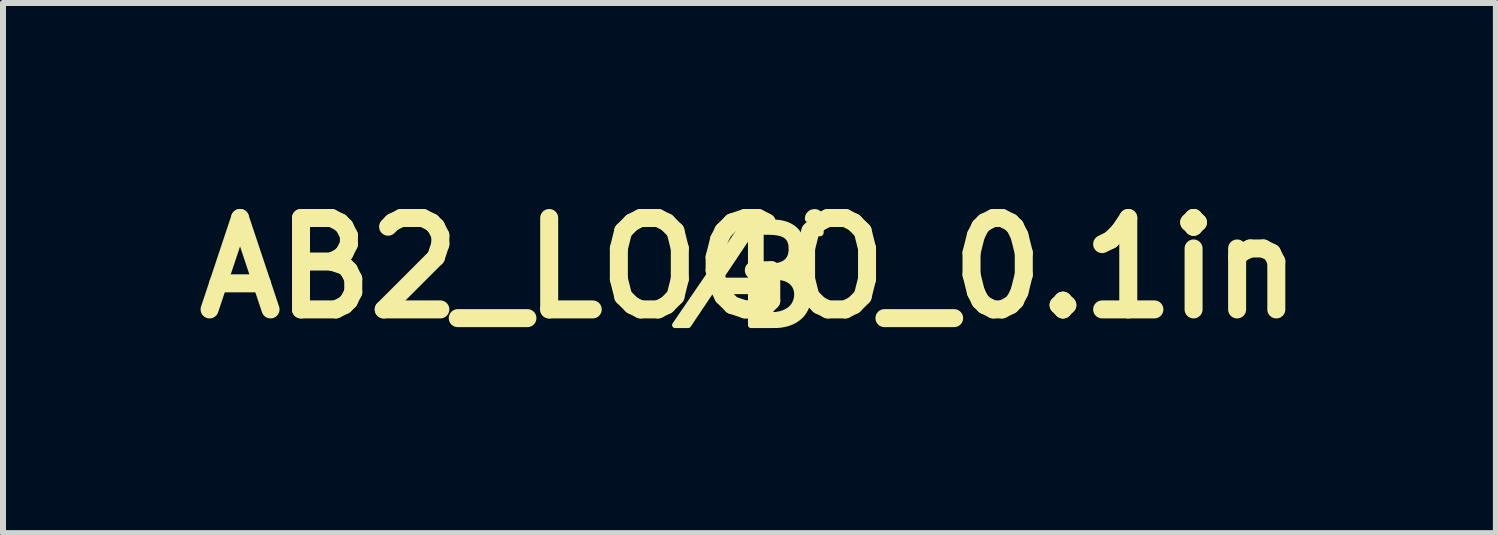
<source format=kicad_pcb>
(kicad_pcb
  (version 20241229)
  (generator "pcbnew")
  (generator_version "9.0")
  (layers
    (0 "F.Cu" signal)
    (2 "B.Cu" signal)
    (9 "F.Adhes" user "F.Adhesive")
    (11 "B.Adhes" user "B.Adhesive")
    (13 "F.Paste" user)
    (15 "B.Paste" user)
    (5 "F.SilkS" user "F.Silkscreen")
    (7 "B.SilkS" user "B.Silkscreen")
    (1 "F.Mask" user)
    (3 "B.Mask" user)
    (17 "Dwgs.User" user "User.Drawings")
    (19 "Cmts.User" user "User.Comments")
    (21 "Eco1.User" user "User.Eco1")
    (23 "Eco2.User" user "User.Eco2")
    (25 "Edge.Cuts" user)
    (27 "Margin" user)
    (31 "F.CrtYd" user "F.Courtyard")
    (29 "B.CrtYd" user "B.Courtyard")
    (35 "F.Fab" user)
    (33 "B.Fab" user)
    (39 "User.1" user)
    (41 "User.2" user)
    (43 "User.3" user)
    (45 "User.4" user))
  (footprint "AB2_LOGO_0.1in"
    (layer "F.Cu")
    (at 9.442 1.418)
    (property "Reference" "AB2_LOGO_0.1in" (at 0 0 0) (layer "F.SilkS") (effects (font (size 1.524 1.524) (thickness 0.3))))
    (attr through_hole)
    (fp_poly (pts (xy 1.193 -0.825) (xy 1.193 -0.815) (xy 1.192 -0.806) (xy 1.19 -0.798) (xy 1.188 -0.789) (xy 1.187 -0.787) (xy 1.186 -0.784) (xy 1.185 -0.782) (xy 1.184 -0.78) (xy 1.184 -0.778) (xy 1.183 -0.776) (xy 1.181 -0.774) (xy 1.18 -0.771) (xy 1.178 -0.768) (xy 1.176 -0.765) (xy 1.173 -0.761) (xy 1.17 -0.757) (xy 1.166 -0.752) (xy 1.162 -0.746) (xy 1.157 -0.74) (xy 1.152 -0.732) (xy 1.145 -0.724) (xy 1.138 -0.714) (xy 1.13 -0.704) (xy 1.121 -0.692) (xy 1.116 -0.685) (xy 1.11 -0.678) (xy 1.105 -0.671) (xy 1.1 -0.665) (xy 1.096 -0.659) (xy 1.092 -0.654) (xy 1.089 -0.649) (xy 1.086 -0.646) (xy 1.085 -0.644) (xy 1.084 -0.643) (xy 1.084 -0.643) (xy 1.085 -0.643) (xy 1.087 -0.643) (xy 1.091 -0.643) (xy 1.096 -0.643) (xy 1.102 -0.643) (xy 1.109 -0.643) (xy 1.117 -0.642) (xy 1.126 -0.642) (xy 1.132 -0.642) (xy 1.18 -0.642) (xy 1.183 -0.638) (xy 1.186 -0.635) (xy 1.186 -0.611) (xy 1.186 -0.587) (xy 1.183 -0.583) (xy 1.179 -0.58) (xy 1.068 -0.58) (xy 0.957 -0.58) (xy 0.96 -0.584) (xy 0.962 -0.586) (xy 0.965 -0.59) (xy 0.968 -0.594) (xy 0.972 -0.6) (xy 0.977 -0.607) (xy 0.983 -0.614) (xy 0.989 -0.622) (xy 0.996 -0.631) (xy 1.003 -0.64) (xy 1.01 -0.649) (xy 1.017 -0.659) (xy 1.024 -0.668) (xy 1.031 -0.678) (xy 1.039 -0.687) (xy 1.046 -0.697) (xy 1.052 -0.705) (xy 1.062 -0.718) (xy 1.072 -0.731) (xy 1.08 -0.742) (xy 1.088 -0.751) (xy 1.094 -0.76) (xy 1.1 -0.768) (xy 1.105 -0.775) (xy 1.11 -0.781) (xy 1.114 -0.786) (xy 1.117 -0.791) (xy 1.12 -0.795) (xy 1.122 -0.798) (xy 1.124 -0.801) (xy 1.126 -0.804) (xy 1.127 -0.806) (xy 1.128 -0.808) (xy 1.129 -0.809) (xy 1.129 -0.811) (xy 1.13 -0.812) (xy 1.13 -0.813) (xy 1.13 -0.815) (xy 1.13 -0.816) (xy 1.131 -0.825) (xy 1.13 -0.833) (xy 1.128 -0.841) (xy 1.124 -0.848) (xy 1.119 -0.855) (xy 1.113 -0.861) (xy 1.106 -0.865) (xy 1.105 -0.865) (xy 1.099 -0.868) (xy 1.093 -0.87) (xy 1.086 -0.87) (xy 1.083 -0.87) (xy 1.075 -0.87) (xy 1.067 -0.867) (xy 1.059 -0.864) (xy 1.052 -0.858) (xy 1.05 -0.856) (xy 1.046 -0.852) (xy 1.042 -0.846) (xy 1.039 -0.841) (xy 1.037 -0.836) (xy 1.037 -0.832) (xy 1.036 -0.829) (xy 1.036 -0.826) (xy 1.035 -0.824) (xy 1.034 -0.822) (xy 1.033 -0.821) (xy 1.03 -0.817) (xy 1.002 -0.818) (xy 0.973 -0.818) (xy 0.974 -0.829) (xy 0.975 -0.843) (xy 0.978 -0.856) (xy 0.982 -0.868) (xy 0.986 -0.875) (xy 0.992 -0.885) (xy 1 -0.895) (xy 1.009 -0.904) (xy 1.019 -0.912) (xy 1.03 -0.919) (xy 1.041 -0.925) (xy 1.048 -0.927) (xy 1.061 -0.93) (xy 1.074 -0.932) (xy 1.087 -0.933) (xy 1.1 -0.932) (xy 1.112 -0.93) (xy 1.118 -0.928) (xy 1.129 -0.923) (xy 1.141 -0.917) (xy 1.151 -0.91) (xy 1.161 -0.901) (xy 1.17 -0.891) (xy 1.177 -0.881) (xy 1.183 -0.87) (xy 1.188 -0.859) (xy 1.19 -0.852) (xy 1.191 -0.846) (xy 1.192 -0.84) (xy 1.193 -0.834) (xy 1.193 -0.827) (xy 1.193 -0.825)) (stroke (width 0.1) (type solid)) (fill yes) (layer "F.SilkS"))
    (fp_poly (pts (xy 0.977 0.483) (xy 0.976 0.511) (xy 0.974 0.527) (xy 0.97 0.555) (xy 0.965 0.582) (xy 0.958 0.609) (xy 0.949 0.635) (xy 0.939 0.66) (xy 0.928 0.685) (xy 0.915 0.708) (xy 0.901 0.731) (xy 0.885 0.753) (xy 0.879 0.76) (xy 0.862 0.781) (xy 0.843 0.8) (xy 0.822 0.819) (xy 0.801 0.836) (xy 0.795 0.84) (xy 0.795 0.434) (xy 0.795 0.425) (xy 0.794 0.417) (xy 0.794 0.41) (xy 0.794 0.403) (xy 0.793 0.398) (xy 0.793 0.397) (xy 0.789 0.375) (xy 0.783 0.354) (xy 0.776 0.334) (xy 0.768 0.314) (xy 0.758 0.296) (xy 0.747 0.278) (xy 0.734 0.262) (xy 0.72 0.246) (xy 0.718 0.243) (xy 0.706 0.232) (xy 0.694 0.222) (xy 0.682 0.213) (xy 0.67 0.205) (xy 0.656 0.197) (xy 0.641 0.189) (xy 0.64 0.188) (xy 0.62 0.179) (xy 0.6 0.171) (xy 0.578 0.164) (xy 0.556 0.159) (xy 0.533 0.154) (xy 0.511 0.15) (xy 0.501 0.149) (xy 0.491 0.148) (xy 0.48 0.147) (xy 0.469 0.146) (xy 0.458 0.145) (xy 0.446 0.145) (xy 0.432 0.144) (xy 0.418 0.144) (xy 0.402 0.144) (xy 0.392 0.144) (xy 0.383 0.144) (xy 0.372 0.144) (xy 0.36 0.144) (xy 0.347 0.144) (xy 0.333 0.144) (xy 0.318 0.143) (xy 0.304 0.143) (xy 0.288 0.143) (xy 0.274 0.143) (xy 0.259 0.143) (xy 0.245 0.142) (xy 0.231 0.142) (xy 0.219 0.142) (xy 0.212 0.142) (xy 0.187 0.141) (xy 0.187 0.462) (xy 0.187 0.783) (xy 0.308 0.783) (xy 0.327 0.783) (xy 0.344 0.783) (xy 0.359 0.783) (xy 0.374 0.783) (xy 0.386 0.783) (xy 0.397 0.782) (xy 0.407 0.782) (xy 0.415 0.782) (xy 0.422 0.782) (xy 0.427 0.782) (xy 0.432 0.782) (xy 0.435 0.782) (xy 0.436 0.782) (xy 0.46 0.778) (xy 0.483 0.774) (xy 0.505 0.77) (xy 0.526 0.765) (xy 0.545 0.759) (xy 0.565 0.752) (xy 0.584 0.745) (xy 0.602 0.737) (xy 0.607 0.734) (xy 0.63 0.723) (xy 0.65 0.71) (xy 0.67 0.697) (xy 0.688 0.682) (xy 0.705 0.666) (xy 0.72 0.65) (xy 0.734 0.632) (xy 0.743 0.619) (xy 0.754 0.601) (xy 0.764 0.582) (xy 0.772 0.562) (xy 0.779 0.542) (xy 0.785 0.52) (xy 0.79 0.498) (xy 0.793 0.474) (xy 0.793 0.473) (xy 0.794 0.467) (xy 0.794 0.46) (xy 0.794 0.452) (xy 0.795 0.443) (xy 0.795 0.434) (xy 0.795 0.84) (xy 0.778 0.852) (xy 0.755 0.867) (xy 0.73 0.881) (xy 0.704 0.893) (xy 0.677 0.904) (xy 0.649 0.915) (xy 0.62 0.923) (xy 0.589 0.931) (xy 0.558 0.937) (xy 0.526 0.943) (xy 0.511 0.944) (xy 0.507 0.945) (xy 0.503 0.945) (xy 0.499 0.946) (xy 0.496 0.946) (xy 0.493 0.947) (xy 0.489 0.947) (xy 0.486 0.947) (xy 0.483 0.948) (xy 0.479 0.948) (xy 0.475 0.948) (xy 0.471 0.948) (xy 0.467 0.948) (xy 0.462 0.949) (xy 0.457 0.949) (xy 0.451 0.949) (xy 0.444 0.949) (xy 0.437 0.949) (xy 0.429 0.949) (xy 0.42 0.949) (xy 0.41 0.949) (xy 0.4 0.949) (xy 0.388 0.949) (xy 0.375 0.95) (xy 0.361 0.95) (xy 0.345 0.95) (xy 0.329 0.95) (xy 0.31 0.95) (xy 0.291 0.95) (xy 0.27 0.95) (xy 0.247 0.95) (xy 0.244 0.95) (xy 0.025 0.95) (xy 0.025 0.667) (xy 0.025 0.384) (xy 0.025 0.21) (xy 0.025 -0.197) (xy 0.025 -0.224) (xy 0.025 -0.251) (xy 0.025 -0.277) (xy 0.025 -0.302) (xy 0.025 -0.327) (xy 0.025 -0.351) (xy 0.025 -0.374) (xy 0.025 -0.396) (xy 0.025 -0.418) (xy 0.025 -0.438) (xy 0.025 -0.458) (xy 0.025 -0.477) (xy 0.025 -0.494) (xy 0.025 -0.51) (xy 0.025 -0.526) (xy 0.025 -0.54) (xy 0.025 -0.552) (xy 0.025 -0.564) (xy 0.025 -0.574) (xy 0.025 -0.583) (xy 0.025 -0.59) (xy 0.025 -0.595) (xy 0.025 -0.6) (xy 0.025 -0.602) (xy 0.025 -0.603) (xy 0.025 -0.603) (xy 0.024 -0.602) (xy 0.023 -0.6) (xy 0.02 -0.597) (xy 0.017 -0.592) (xy 0.013 -0.586) (xy 0.009 -0.579) (xy 0.003 -0.571) (xy -0.003 -0.562) (xy -0.009 -0.552) (xy -0.017 -0.542) (xy -0.025 -0.53) (xy -0.033 -0.517) (xy -0.042 -0.504) (xy -0.051 -0.49) (xy -0.061 -0.476) (xy -0.071 -0.461) (xy -0.081 -0.445) (xy -0.092 -0.429) (xy -0.103 -0.413) (xy -0.108 -0.406) (xy -0.12 -0.387) (xy -0.134 -0.366) (xy -0.148 -0.345) (xy -0.163 -0.323) (xy -0.179 -0.299) (xy -0.195 -0.276) (xy -0.211 -0.251) (xy -0.227 -0.227) (xy -0.244 -0.202) (xy -0.26 -0.177) (xy -0.277 -0.152) (xy -0.293 -0.128) (xy -0.309 -0.104) (xy -0.325 -0.081) (xy -0.34 -0.058) (xy -0.355 -0.036) (xy -0.369 -0.015) (xy -0.378 -0.002) (xy -0.389 0.015) (xy -0.4 0.032) (xy -0.411 0.048) (xy -0.422 0.064) (xy -0.432 0.079) (xy -0.442 0.094) (xy -0.451 0.108) (xy -0.46 0.121) (xy -0.468 0.134) (xy -0.476 0.146) (xy -0.484 0.157) (xy -0.49 0.167) (xy -0.496 0.176) (xy -0.502 0.184) (xy -0.507 0.191) (xy -0.51 0.197) (xy -0.514 0.201) (xy -0.516 0.205) (xy -0.517 0.207) (xy -0.518 0.208) (xy -0.519 0.21) (xy -0.247 0.21) (xy 0.025 0.21) (xy 0.025 0.384) (xy -0.309 0.384) (xy -0.642 0.384) (xy -0.755 0.552) (xy -0.766 0.569) (xy -0.778 0.587) (xy -0.791 0.605) (xy -0.803 0.624) (xy -0.816 0.642) (xy -0.829 0.661) (xy -0.841 0.68) (xy -0.854 0.699) (xy -0.866 0.718) (xy -0.879 0.736) (xy -0.89 0.754) (xy -0.902 0.77) (xy -0.913 0.787) (xy -0.923 0.802) (xy -0.932 0.816) (xy -0.941 0.829) (xy -0.945 0.835) (xy -1.022 0.95) (xy -1.131 0.95) (xy -1.24 0.95) (xy -1.238 0.948) (xy -1.238 0.947) (xy -1.236 0.945) (xy -1.234 0.941) (xy -1.23 0.936) (xy -1.226 0.93) (xy -1.221 0.923) (xy -1.215 0.914) (xy -1.209 0.905) (xy -1.201 0.894) (xy -1.193 0.882) (xy -1.184 0.869) (xy -1.175 0.855) (xy -1.164 0.84) (xy -1.154 0.824) (xy -1.142 0.807) (xy -1.13 0.789) (xy -1.117 0.77) (xy -1.104 0.751) (xy -1.09 0.73) (xy -1.075 0.709) (xy -1.06 0.687) (xy -1.045 0.665) (xy -1.029 0.642) (xy -1.013 0.618) (xy -0.996 0.593) (xy -0.979 0.568) (xy -0.961 0.543) (xy -0.944 0.517) (xy -0.926 0.49) (xy -0.907 0.463) (xy -0.888 0.436) (xy -0.869 0.408) (xy -0.85 0.38) (xy -0.831 0.352) (xy -0.811 0.323) (xy -0.791 0.294) (xy -0.771 0.265) (xy -0.751 0.236) (xy -0.731 0.206) (xy -0.711 0.177) (xy -0.691 0.147) (xy -0.671 0.117) (xy -0.65 0.088) (xy -0.63 0.058) (xy -0.61 0.028) (xy -0.59 -0.001) (xy -0.57 -0.031) (xy -0.55 -0.06) (xy -0.53 -0.089) (xy -0.51 -0.118) (xy -0.49 -0.146) (xy -0.471 -0.174) (xy -0.452 -0.202) (xy -0.433 -0.23) (xy -0.415 -0.257) (xy -0.396 -0.284) (xy -0.378 -0.31) (xy -0.361 -0.336) (xy -0.343 -0.361) (xy -0.326 -0.386) (xy -0.31 -0.41) (xy -0.294 -0.434) (xy -0.278 -0.457) (xy -0.263 -0.479) (xy -0.248 -0.5) (xy -0.234 -0.521) (xy -0.22 -0.541) (xy -0.207 -0.56) (xy -0.195 -0.578) (xy -0.183 -0.596) (xy -0.172 -0.612) (xy -0.161 -0.628) (xy -0.151 -0.642) (xy -0.142 -0.656) (xy -0.133 -0.668) (xy -0.133 -0.669) (xy -0.073 -0.756) (xy 0.19 -0.756) (xy 0.215 -0.756) (xy 0.238 -0.756) (xy 0.26 -0.756) (xy 0.281 -0.756) (xy 0.3 -0.756) (xy 0.317 -0.756) (xy 0.333 -0.756) (xy 0.348 -0.756) (xy 0.362 -0.756) (xy 0.374 -0.756) (xy 0.386 -0.756) (xy 0.396 -0.756) (xy 0.406 -0.756) (xy 0.414 -0.756) (xy 0.422 -0.756) (xy 0.428 -0.756) (xy 0.434 -0.756) (xy 0.44 -0.756) (xy 0.444 -0.756) (xy 0.448 -0.756) (xy 0.452 -0.756) (xy 0.455 -0.756) (xy 0.458 -0.756) (xy 0.46 -0.756) (xy 0.462 -0.755) (xy 0.464 -0.755) (xy 0.466 -0.755) (xy 0.467 -0.755) (xy 0.468 -0.755) (xy 0.498 -0.751) (xy 0.528 -0.746) (xy 0.556 -0.74) (xy 0.583 -0.733) (xy 0.61 -0.725) (xy 0.635 -0.715) (xy 0.659 -0.704) (xy 0.682 -0.692) (xy 0.703 -0.679) (xy 0.724 -0.665) (xy 0.743 -0.65) (xy 0.761 -0.633) (xy 0.778 -0.616) (xy 0.793 -0.597) (xy 0.808 -0.578) (xy 0.82 -0.557) (xy 0.823 -0.552) (xy 0.834 -0.531) (xy 0.844 -0.509) (xy 0.852 -0.486) (xy 0.859 -0.462) (xy 0.865 -0.437) (xy 0.87 -0.411) (xy 0.873 -0.384) (xy 0.875 -0.362) (xy 0.877 -0.339) (xy 0.878 -0.317) (xy 0.878 -0.297) (xy 0.877 -0.277) (xy 0.876 -0.259) (xy 0.875 -0.241) (xy 0.872 -0.224) (xy 0.87 -0.207) (xy 0.866 -0.19) (xy 0.865 -0.186) (xy 0.858 -0.163) (xy 0.85 -0.14) (xy 0.841 -0.119) (xy 0.831 -0.099) (xy 0.819 -0.08) (xy 0.806 -0.062) (xy 0.792 -0.045) (xy 0.78 -0.033) (xy 0.773 -0.026) (xy 0.767 -0.02) (xy 0.76 -0.015) (xy 0.753 -0.009) (xy 0.746 -0.004) (xy 0.737 0.002) (xy 0.728 0.008) (xy 0.72 0.014) (xy 0.715 0.017) (xy 0.711 0.019) (xy 0.707 0.022) (xy 0.704 0.024) (xy 0.703 0.025) (xy 0.703 -0.313) (xy 0.703 -0.322) (xy 0.702 -0.331) (xy 0.702 -0.34) (xy 0.702 -0.349) (xy 0.701 -0.357) (xy 0.701 -0.364) (xy 0.701 -0.367) (xy 0.698 -0.39) (xy 0.693 -0.41) (xy 0.688 -0.43) (xy 0.681 -0.449) (xy 0.674 -0.466) (xy 0.665 -0.482) (xy 0.654 -0.497) (xy 0.643 -0.511) (xy 0.63 -0.524) (xy 0.616 -0.536) (xy 0.601 -0.547) (xy 0.585 -0.556) (xy 0.571 -0.563) (xy 0.556 -0.57) (xy 0.54 -0.576) (xy 0.523 -0.582) (xy 0.504 -0.586) (xy 0.485 -0.59) (xy 0.464 -0.594) (xy 0.441 -0.597) (xy 0.418 -0.6) (xy 0.392 -0.602) (xy 0.392 -0.602) (xy 0.382 -0.602) (xy 0.371 -0.603) (xy 0.358 -0.603) (xy 0.343 -0.603) (xy 0.327 -0.604) (xy 0.31 -0.604) (xy 0.292 -0.604) (xy 0.273 -0.604) (xy 0.254 -0.604) (xy 0.244 -0.605) (xy 0.187 -0.605) (xy 0.187 -0.313) (xy 0.187 -0.021) (xy 0.236 -0.021) (xy 0.247 -0.021) (xy 0.257 -0.021) (xy 0.267 -0.021) (xy 0.278 -0.021) (xy 0.288 -0.022) (xy 0.297 -0.022) (xy 0.305 -0.022) (xy 0.312 -0.022) (xy 0.313 -0.022) (xy 0.336 -0.023) (xy 0.357 -0.024) (xy 0.376 -0.025) (xy 0.395 -0.027) (xy 0.412 -0.028) (xy 0.429 -0.03) (xy 0.444 -0.033) (xy 0.46 -0.035) (xy 0.474 -0.038) (xy 0.489 -0.042) (xy 0.494 -0.043) (xy 0.517 -0.049) (xy 0.538 -0.057) (xy 0.558 -0.065) (xy 0.577 -0.074) (xy 0.594 -0.085) (xy 0.61 -0.096) (xy 0.625 -0.109) (xy 0.638 -0.122) (xy 0.65 -0.137) (xy 0.661 -0.152) (xy 0.671 -0.169) (xy 0.673 -0.174) (xy 0.677 -0.182) (xy 0.68 -0.19) (xy 0.683 -0.197) (xy 0.686 -0.205) (xy 0.688 -0.213) (xy 0.69 -0.217) (xy 0.694 -0.234) (xy 0.697 -0.252) (xy 0.7 -0.27) (xy 0.702 -0.29) (xy 0.702 -0.291) (xy 0.702 -0.297) (xy 0.702 -0.304) (xy 0.703 -0.313) (xy 0.703 0.025) (xy 0.702 0.025) (xy 0.702 0.026) (xy 0.698 0.028) (xy 0.702 0.03) (xy 0.705 0.031) (xy 0.708 0.033) (xy 0.712 0.035) (xy 0.717 0.037) (xy 0.718 0.037) (xy 0.73 0.043) (xy 0.743 0.05) (xy 0.756 0.058) (xy 0.769 0.066) (xy 0.782 0.074) (xy 0.787 0.077) (xy 0.805 0.091) (xy 0.822 0.106) (xy 0.839 0.123) (xy 0.855 0.14) (xy 0.871 0.158) (xy 0.879 0.169) (xy 0.895 0.191) (xy 0.909 0.215) (xy 0.923 0.239) (xy 0.934 0.264) (xy 0.945 0.29) (xy 0.954 0.316) (xy 0.962 0.343) (xy 0.968 0.371) (xy 0.972 0.398) (xy 0.976 0.426) (xy 0.977 0.455) (xy 0.977 0.483)) (stroke (width 0.1) (type solid)) (fill yes) (layer "F.SilkS")))
  (gr_rect
    (start -3 -3)
    (end 21.883 5.836)
    (stroke (width 0.1) (type default))
    (fill no)
    (layer "Edge.Cuts")))
</source>
